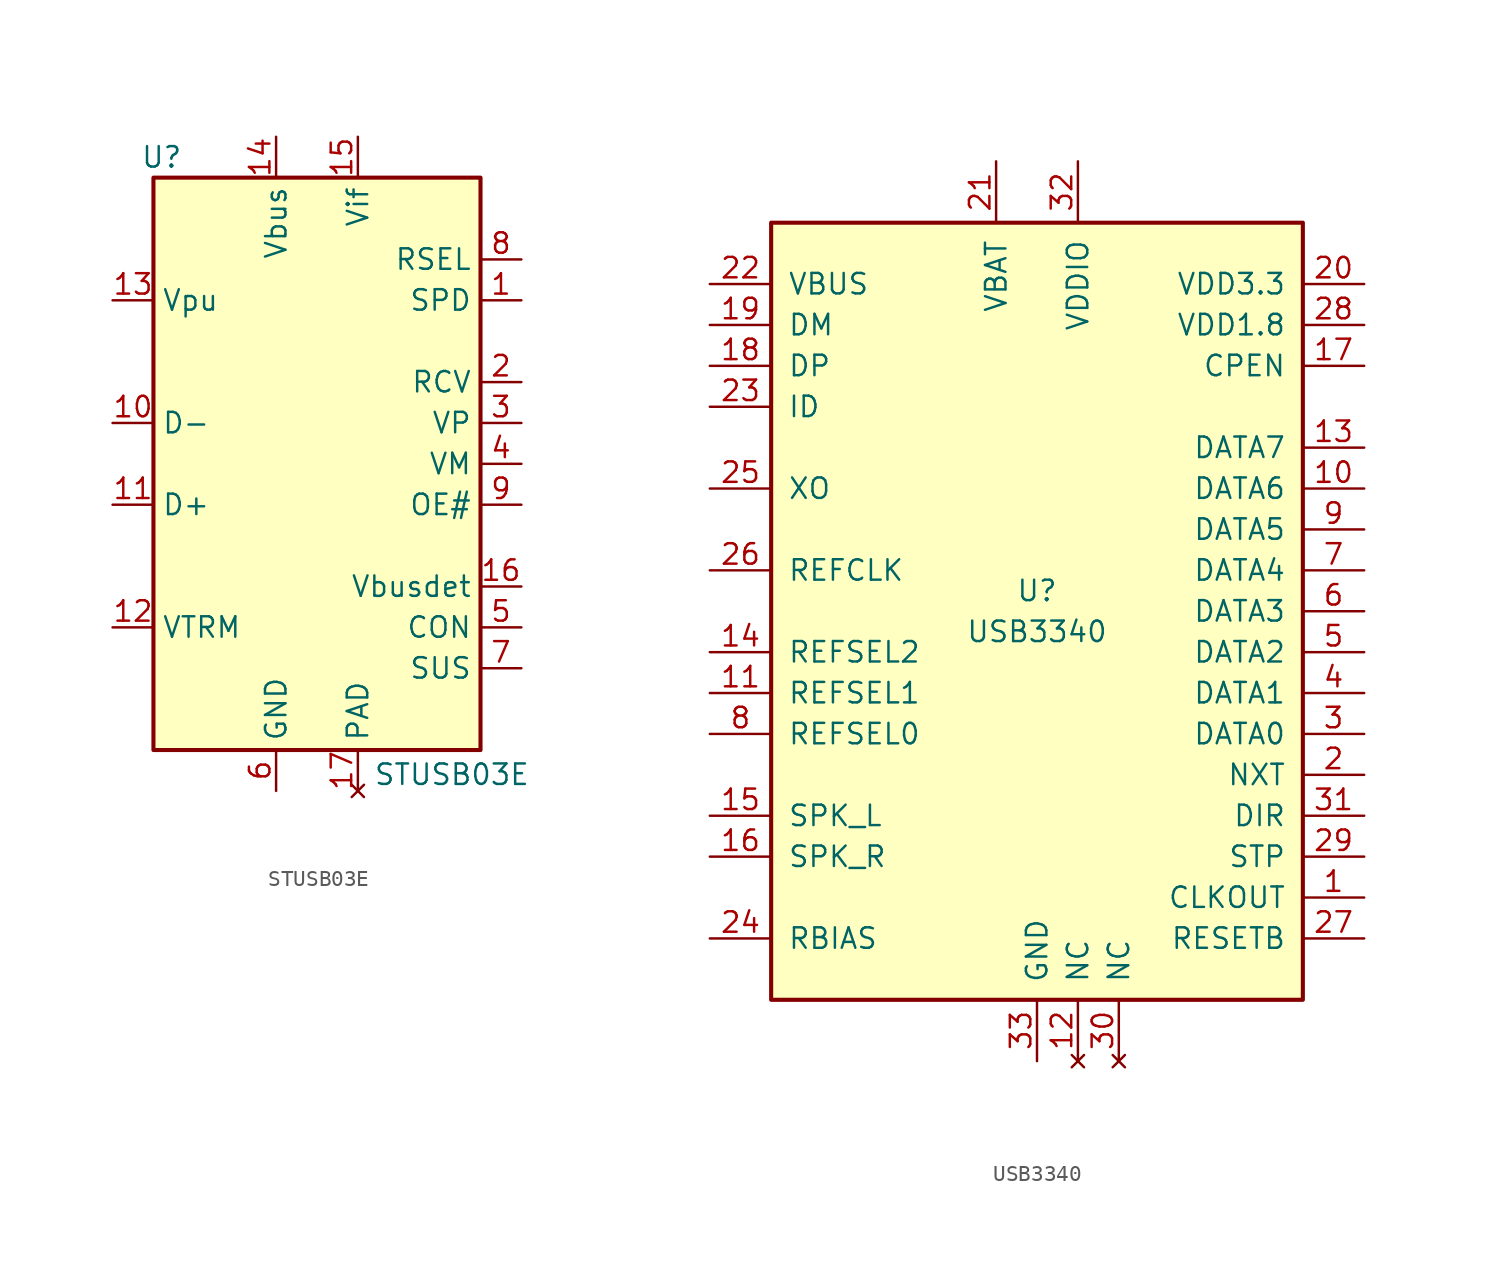
<source format=kicad_sym>
(kicad_symbol_lib
  (version 20241209)
  (generator "kicad_symbol_editor")
  (generator_version "9.0")
  (symbol "STUSB03E"
    (property "Reference" "U"
      (at -9.652 19.05 0)
      (effects (font (size 1.27 1.27))))
    (property "Value" "STUSB03E"
      (at 8.382 -19.304 0)
      (effects (font (size 1.27 1.27))))
    (symbol "STUSB03E_1_1"
      (rectangle (start -10.16 17.78) (end 10.16 -17.78) (stroke (width 0.254) (type solid)) (fill (type background)))
      (pin passive line (at -12.7 10.16 0) (length 2.54) (name "Vpu" (effects (font (size 1.27 1.27)))) (number "13" (effects (font (size 1.27 1.27)))))
      (pin passive line (at -12.7 2.54 0) (length 2.54) (name "D-" (effects (font (size 1.27 1.27)))) (number "10" (effects (font (size 1.27 1.27)))))
      (pin passive line (at -12.7 -2.54 0) (length 2.54) (name "D+" (effects (font (size 1.27 1.27)))) (number "11" (effects (font (size 1.27 1.27)))))
      (pin passive line (at -12.7 -10.16 0) (length 2.54) (name "VTRM" (effects (font (size 1.27 1.27)))) (number "12" (effects (font (size 1.27 1.27)))))
      (pin power_in line (at -2.54 20.32 270) (length 2.54) (name "Vbus" (effects (font (size 1.27 1.27)))) (number "14" (effects (font (size 1.27 1.27)))))
      (pin power_in line (at -2.54 -20.32 90) (length 2.54) (name "GND" (effects (font (size 1.27 1.27)))) (number "6" (effects (font (size 1.27 1.27)))))
      (pin power_in line (at 2.54 20.32 270) (length 2.54) (name "Vif" (effects (font (size 1.27 1.27)))) (number "15" (effects (font (size 1.27 1.27)))))
      (pin no_connect line (at 2.54 -20.32 90) (length 2.54) (name "PAD" (effects (font (size 1.27 1.27)))) (number "17" (effects (font (size 1.27 1.27)))))
      (pin input line (at 12.7 12.7 180) (length 2.54) (name "RSEL" (effects (font (size 1.27 1.27)))) (number "8" (effects (font (size 1.27 1.27)))))
      (pin input line (at 12.7 10.16 180) (length 2.54) (name "SPD" (effects (font (size 1.27 1.27)))) (number "1" (effects (font (size 1.27 1.27)))))
      (pin output line (at 12.7 5.08 180) (length 2.54) (name "RCV" (effects (font (size 1.27 1.27)))) (number "2" (effects (font (size 1.27 1.27)))))
      (pin bidirectional line (at 12.7 2.54 180) (length 2.54) (name "VP" (effects (font (size 1.27 1.27)))) (number "3" (effects (font (size 1.27 1.27)))))
      (pin bidirectional line (at 12.7 0 180) (length 2.54) (name "VM" (effects (font (size 1.27 1.27)))) (number "4" (effects (font (size 1.27 1.27)))))
      (pin input line (at 12.7 -2.54 180) (length 2.54) (name "OE#" (effects (font (size 1.27 1.27)))) (number "9" (effects (font (size 1.27 1.27)))))
      (pin output line (at 12.7 -7.62 180) (length 2.54) (name "Vbusdet" (effects (font (size 1.27 1.27)))) (number "16" (effects (font (size 1.27 1.27)))))
      (pin input line (at 12.7 -10.16 180) (length 2.54) (name "CON" (effects (font (size 1.27 1.27)))) (number "5" (effects (font (size 1.27 1.27)))))
      (pin input line (at 12.7 -12.7 180) (length 2.54) (name "SUS" (effects (font (size 1.27 1.27)))) (number "7" (effects (font (size 1.27 1.27)))))))
  (symbol "USB3340"
    (pin_names
      (offset 1.016))
    (property "Reference" "U"
      (at 0 1.27 0)
      (effects (font (size 1.27 1.27))))
    (property "Value" "USB3340"
      (at 0 -1.27 0)
      (effects (font (size 1.27 1.27))))
    (symbol "USB3340_0_1"
      (rectangle (start 16.51 -24.13) (end -16.51 24.13) (stroke (width 0.254) (type default)) (fill (type background))))
    (symbol "USB3340_1_1"
      (pin passive line (at -20.32 20.32 0) (length 3.81) (name "VBUS" (effects (font (size 1.27 1.27)))) (number "22" (effects (font (size 1.27 1.27)))))
      (pin passive line (at -20.32 17.78 0) (length 3.81) (name "DM" (effects (font (size 1.27 1.27)))) (number "19" (effects (font (size 1.27 1.27)))))
      (pin passive line (at -20.32 15.24 0) (length 3.81) (name "DP" (effects (font (size 1.27 1.27)))) (number "18" (effects (font (size 1.27 1.27)))))
      (pin input line (at -20.32 12.7 0) (length 3.81) (name "ID" (effects (font (size 1.27 1.27)))) (number "23" (effects (font (size 1.27 1.27)))))
      (pin output line (at -20.32 7.62 0) (length 3.81) (name "XO" (effects (font (size 1.27 1.27)))) (number "25" (effects (font (size 1.27 1.27)))))
      (pin input line (at -20.32 2.54 0) (length 3.81) (name "REFCLK" (effects (font (size 1.27 1.27)))) (number "26" (effects (font (size 1.27 1.27)))))
      (pin input line (at -20.32 -2.54 0) (length 3.81) (name "REFSEL2" (effects (font (size 1.27 1.27)))) (number "14" (effects (font (size 1.27 1.27)))))
      (pin input line (at -20.32 -5.08 0) (length 3.81) (name "REFSEL1" (effects (font (size 1.27 1.27)))) (number "11" (effects (font (size 1.27 1.27)))))
      (pin input line (at -20.32 -7.62 0) (length 3.81) (name "REFSEL0" (effects (font (size 1.27 1.27)))) (number "8" (effects (font (size 1.27 1.27)))))
      (pin passive line (at -20.32 -12.7 0) (length 3.81) (name "SPK_L" (effects (font (size 1.27 1.27)))) (number "15" (effects (font (size 1.27 1.27)))))
      (pin passive line (at -20.32 -15.24 0) (length 3.81) (name "SPK_R" (effects (font (size 1.27 1.27)))) (number "16" (effects (font (size 1.27 1.27)))))
      (pin passive line (at -20.32 -20.32 0) (length 3.81) (name "RBIAS" (effects (font (size 1.27 1.27)))) (number "24" (effects (font (size 1.27 1.27)))))
      (pin power_in line (at -2.54 27.94 270) (length 3.81) (name "VBAT" (effects (font (size 1.27 1.27)))) (number "21" (effects (font (size 1.27 1.27)))))
      (pin power_in line (at 0 -27.94 90) (length 3.81) (name "GND" (effects (font (size 1.27 1.27)))) (number "33" (effects (font (size 1.27 1.27)))))
      (pin power_in line (at 2.54 27.94 270) (length 3.81) (name "VDDIO" (effects (font (size 1.27 1.27)))) (number "32" (effects (font (size 1.27 1.27)))))
      (pin no_connect line (at 2.54 -27.94 90) (length 3.81) (name "NC" (effects (font (size 1.27 1.27)))) (number "12" (effects (font (size 1.27 1.27)))))
      (pin no_connect line (at 5.08 -27.94 90) (length 3.81) (name "NC" (effects (font (size 1.27 1.27)))) (number "30" (effects (font (size 1.27 1.27)))))
      (pin power_out line (at 20.32 20.32 180) (length 3.81) (name "VDD3.3" (effects (font (size 1.27 1.27)))) (number "20" (effects (font (size 1.27 1.27)))))
      (pin power_out line (at 20.32 17.78 180) (length 3.81) (name "VDD1.8" (effects (font (size 1.27 1.27)))) (number "28" (effects (font (size 1.27 1.27)))))
      (pin output line (at 20.32 15.24 180) (length 3.81) (name "CPEN" (effects (font (size 1.27 1.27)))) (number "17" (effects (font (size 1.27 1.27)))))
      (pin bidirectional line (at 20.32 10.16 180) (length 3.81) (name "DATA7" (effects (font (size 1.27 1.27)))) (number "13" (effects (font (size 1.27 1.27)))))
      (pin bidirectional line (at 20.32 7.62 180) (length 3.81) (name "DATA6" (effects (font (size 1.27 1.27)))) (number "10" (effects (font (size 1.27 1.27)))))
      (pin bidirectional line (at 20.32 5.08 180) (length 3.81) (name "DATA5" (effects (font (size 1.27 1.27)))) (number "9" (effects (font (size 1.27 1.27)))))
      (pin bidirectional line (at 20.32 2.54 180) (length 3.81) (name "DATA4" (effects (font (size 1.27 1.27)))) (number "7" (effects (font (size 1.27 1.27)))))
      (pin bidirectional line (at 20.32 0 180) (length 3.81) (name "DATA3" (effects (font (size 1.27 1.27)))) (number "6" (effects (font (size 1.27 1.27)))))
      (pin bidirectional line (at 20.32 -2.54 180) (length 3.81) (name "DATA2" (effects (font (size 1.27 1.27)))) (number "5" (effects (font (size 1.27 1.27)))))
      (pin bidirectional line (at 20.32 -5.08 180) (length 3.81) (name "DATA1" (effects (font (size 1.27 1.27)))) (number "4" (effects (font (size 1.27 1.27)))))
      (pin bidirectional line (at 20.32 -7.62 180) (length 3.81) (name "DATA0" (effects (font (size 1.27 1.27)))) (number "3" (effects (font (size 1.27 1.27)))))
      (pin output line (at 20.32 -10.16 180) (length 3.81) (name "NXT" (effects (font (size 1.27 1.27)))) (number "2" (effects (font (size 1.27 1.27)))))
      (pin output line (at 20.32 -12.7 180) (length 3.81) (name "DIR" (effects (font (size 1.27 1.27)))) (number "31" (effects (font (size 1.27 1.27)))))
      (pin input line (at 20.32 -15.24 180) (length 3.81) (name "STP" (effects (font (size 1.27 1.27)))) (number "29" (effects (font (size 1.27 1.27)))))
      (pin output line (at 20.32 -17.78 180) (length 3.81) (name "CLKOUT" (effects (font (size 1.27 1.27)))) (number "1" (effects (font (size 1.27 1.27)))))
      (pin input line (at 20.32 -20.32 180) (length 3.81) (name "RESETB" (effects (font (size 1.27 1.27)))) (number "27" (effects (font (size 1.27 1.27))))))))
</source>
